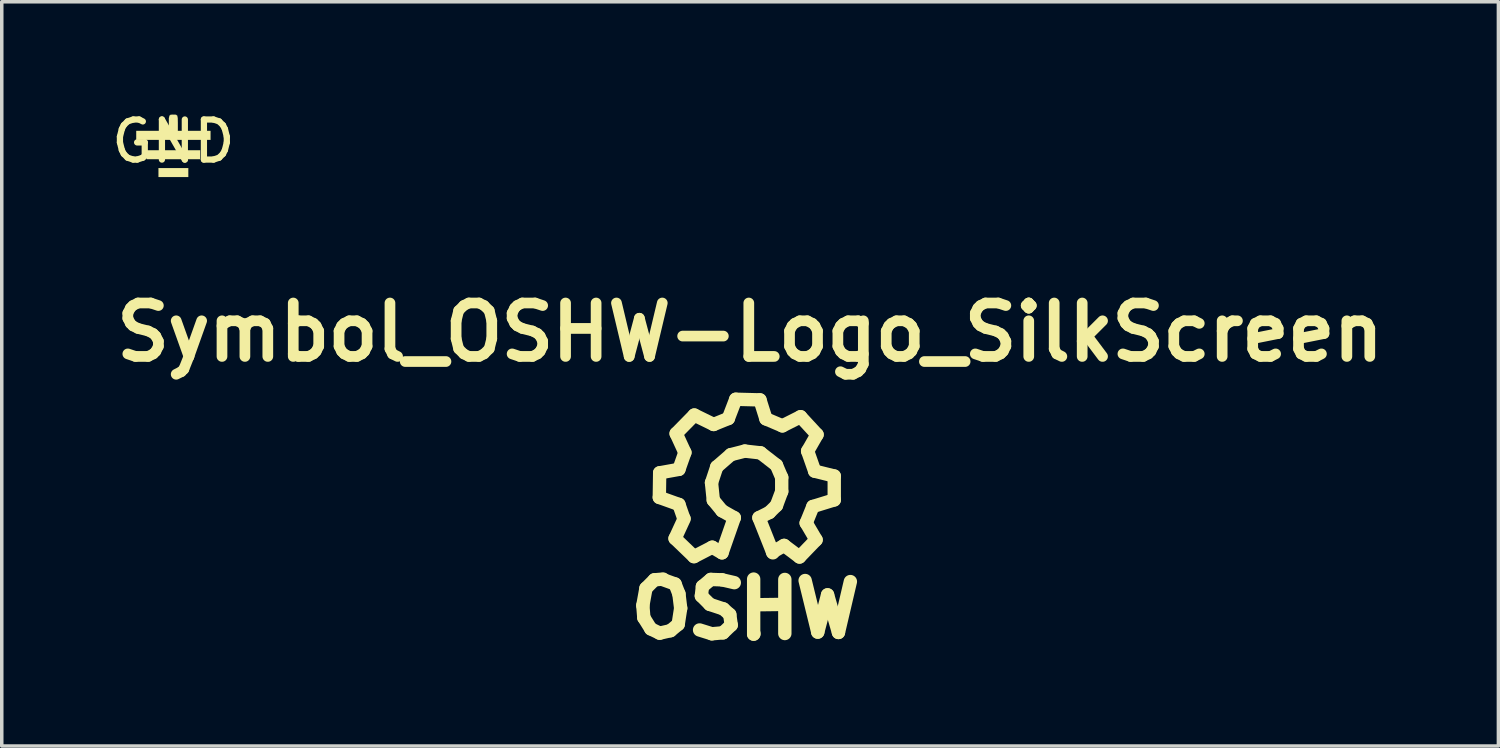
<source format=kicad_pcb>
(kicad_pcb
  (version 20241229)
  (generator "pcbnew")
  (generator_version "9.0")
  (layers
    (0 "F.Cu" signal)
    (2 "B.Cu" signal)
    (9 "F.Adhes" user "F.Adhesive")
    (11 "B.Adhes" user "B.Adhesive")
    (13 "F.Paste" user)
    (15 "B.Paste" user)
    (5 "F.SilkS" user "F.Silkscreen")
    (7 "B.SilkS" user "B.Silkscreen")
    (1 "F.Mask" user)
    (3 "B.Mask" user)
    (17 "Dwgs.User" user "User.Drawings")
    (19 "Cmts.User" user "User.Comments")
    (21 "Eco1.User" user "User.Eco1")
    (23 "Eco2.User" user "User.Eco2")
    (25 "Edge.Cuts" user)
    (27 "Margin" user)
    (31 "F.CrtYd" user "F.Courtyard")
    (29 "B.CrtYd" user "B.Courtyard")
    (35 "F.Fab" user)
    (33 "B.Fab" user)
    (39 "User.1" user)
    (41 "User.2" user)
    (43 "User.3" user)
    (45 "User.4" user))
  (footprint "GND"
    (layer "F.Cu")
    (at 1.894 0.981)
    (property "Reference" "GND" (at 0 0 0) (layer "F.SilkS") (effects (font (size 1.143 1.143) (thickness 0.178))))
    (attr through_hole)
    (fp_poly (pts (xy 0.424 1.016) (xy 0 1.016) (xy -0.424 1.016) (xy -0.424 0.889) (xy -0.424 0.762) (xy 0 0.762) (xy 0.424 0.762) (xy 0.424 0.889) (xy 0.424 1.016)) (stroke (width 0.003) (type solid)) (fill yes) (layer "F.SilkS"))
    (fp_poly (pts (xy 0.762 0.508) (xy 0 0.508) (xy -0.762 0.508) (xy -0.762 0.381) (xy -0.762 0.254) (xy 0 0.254) (xy 0.762 0.254) (xy 0.762 0.381) (xy 0.762 0.508)) (stroke (width 0.003) (type solid)) (fill yes) (layer "F.SilkS"))
    (fp_poly (pts (xy 1.059 -0.043) (xy 0 -0.043) (xy -1.059 -0.043) (xy -1.059 -0.17) (xy -1.059 -0.297) (xy -0.594 -0.297) (xy -0.127 -0.297) (xy -0.127 -0.531) (xy -0.127 -0.663) (xy -0.112 -0.732) (xy -0.076 -0.759) (xy -0.003 -0.762) (xy 0 -0.762) (xy 0.074 -0.759) (xy 0.109 -0.734) (xy 0.124 -0.665) (xy 0.127 -0.533) (xy 0.127 -0.531) (xy 0.127 -0.297) (xy 0.592 -0.297) (xy 1.059 -0.297) (xy 1.059 -0.17) (xy 1.059 -0.043)) (stroke (width 0.003) (type solid)) (fill yes) (layer "F.SilkS")))
  (footprint "Symbol_OSHW-Logo_SilkScreen"
    (layer "F.Cu")
    (at 18.24 10.814)
    (property "Reference" "Symbol_OSHW-Logo_SilkScreen" (at 0.099 -4.389 0) (layer "F.SilkS") (effects (font (size 1.524 1.524) (thickness 0.305))))
    (attr through_hole)
    (fp_line (start -2.959 3.401) (end -2.931 3.749) (stroke (width 0.381) (type solid)) (layer "F.SilkS"))
    (fp_line (start -2.931 3.749) (end -2.731 4.069) (stroke (width 0.381) (type solid)) (layer "F.SilkS"))
    (fp_line (start -2.87 2.911) (end -2.959 3.401) (stroke (width 0.381) (type solid)) (layer "F.SilkS"))
    (fp_line (start -2.731 4.069) (end -2.479 4.191) (stroke (width 0.381) (type solid)) (layer "F.SilkS"))
    (fp_line (start -2.629 2.67) (end -2.87 2.911) (stroke (width 0.381) (type solid)) (layer "F.SilkS"))
    (fp_line (start -2.489 0.32) (end -1.93 0.521) (stroke (width 0.381) (type solid)) (layer "F.SilkS"))
    (fp_line (start -2.479 -0.381) (end -2.489 0.32) (stroke (width 0.381) (type solid)) (layer "F.SilkS"))
    (fp_line (start -2.479 4.191) (end -2.169 4.12) (stroke (width 0.381) (type solid)) (layer "F.SilkS"))
    (fp_line (start -2.38 2.649) (end -2.629 2.67) (stroke (width 0.381) (type solid)) (layer "F.SilkS"))
    (fp_line (start -2.169 4.12) (end -1.951 3.94) (stroke (width 0.381) (type solid)) (layer "F.SilkS"))
    (fp_line (start -2.04 1.491) (end -1.501 2.009) (stroke (width 0.381) (type solid)) (layer "F.SilkS"))
    (fp_line (start -2.04 2.789) (end -2.4 2.659) (stroke (width 0.381) (type solid)) (layer "F.SilkS"))
    (fp_line (start -2.009 -1.501) (end -1.76 -0.96) (stroke (width 0.381) (type solid)) (layer "F.SilkS"))
    (fp_line (start -1.951 3.94) (end -1.88 3.48) (stroke (width 0.381) (type solid)) (layer "F.SilkS"))
    (fp_line (start -1.93 -0.48) (end -2.479 -0.381) (stroke (width 0.381) (type solid)) (layer "F.SilkS"))
    (fp_line (start -1.93 0.521) (end -1.791 0.919) (stroke (width 0.381) (type solid)) (layer "F.SilkS"))
    (fp_line (start -1.93 3.071) (end -2.04 2.789) (stroke (width 0.381) (type solid)) (layer "F.SilkS"))
    (fp_line (start -1.88 3.48) (end -1.93 3.071) (stroke (width 0.381) (type solid)) (layer "F.SilkS"))
    (fp_line (start -1.781 0.93) (end -2.04 1.491) (stroke (width 0.381) (type solid)) (layer "F.SilkS"))
    (fp_line (start -1.76 -0.96) (end -1.93 -0.48) (stroke (width 0.381) (type solid)) (layer "F.SilkS"))
    (fp_line (start -1.501 2.009) (end -0.98 1.74) (stroke (width 0.381) (type solid)) (layer "F.SilkS"))
    (fp_line (start -1.491 -2.029) (end -2.009 -1.501) (stroke (width 0.381) (type solid)) (layer "F.SilkS"))
    (fp_line (start -1.29 3.129) (end -1.049 3.371) (stroke (width 0.381) (type solid)) (layer "F.SilkS"))
    (fp_line (start -1.26 2.86) (end -1.29 3.129) (stroke (width 0.381) (type solid)) (layer "F.SilkS"))
    (fp_line (start -1.049 3.371) (end -0.66 3.5) (stroke (width 0.381) (type solid)) (layer "F.SilkS"))
    (fp_line (start -1.021 2.659) (end -1.26 2.86) (stroke (width 0.381) (type solid)) (layer "F.SilkS"))
    (fp_line (start -1.001 -0.099) (end -0.95 0.399) (stroke (width 0.381) (type solid)) (layer "F.SilkS"))
    (fp_line (start -0.991 4.209) (end -1.341 4.1) (stroke (width 0.381) (type solid)) (layer "F.SilkS"))
    (fp_line (start -0.98 1.74) (end -0.701 1.9) (stroke (width 0.381) (type solid)) (layer "F.SilkS"))
    (fp_line (start -0.95 0.399) (end -0.701 0.701) (stroke (width 0.381) (type solid)) (layer "F.SilkS"))
    (fp_line (start -0.94 -1.76) (end -1.491 -2.029) (stroke (width 0.381) (type solid)) (layer "F.SilkS"))
    (fp_line (start -0.851 -0.551) (end -1.001 -0.099) (stroke (width 0.381) (type solid)) (layer "F.SilkS"))
    (fp_line (start -0.701 0.701) (end -0.351 0.899) (stroke (width 0.381) (type solid)) (layer "F.SilkS"))
    (fp_line (start -0.701 2.67) (end -1.021 2.659) (stroke (width 0.381) (type solid)) (layer "F.SilkS"))
    (fp_line (start -0.671 4.181) (end -0.991 4.209) (stroke (width 0.381) (type solid)) (layer "F.SilkS"))
    (fp_line (start -0.66 3.5) (end -0.48 3.66) (stroke (width 0.381) (type solid)) (layer "F.SilkS"))
    (fp_line (start -0.521 -1.93) (end -0.94 -1.76) (stroke (width 0.381) (type solid)) (layer "F.SilkS"))
    (fp_line (start -0.48 3.66) (end -0.439 3.96) (stroke (width 0.381) (type solid)) (layer "F.SilkS"))
    (fp_line (start -0.45 -0.899) (end -0.851 -0.551) (stroke (width 0.381) (type solid)) (layer "F.SilkS"))
    (fp_line (start -0.439 3.96) (end -0.671 4.181) (stroke (width 0.381) (type solid)) (layer "F.SilkS"))
    (fp_line (start -0.351 0.899) (end -0.701 1.9) (stroke (width 0.381) (type solid)) (layer "F.SilkS"))
    (fp_line (start -0.351 2.751) (end -0.701 2.67) (stroke (width 0.381) (type solid)) (layer "F.SilkS"))
    (fp_line (start -0.31 -2.479) (end -0.521 -1.93) (stroke (width 0.381) (type solid)) (layer "F.SilkS"))
    (fp_line (start -0.051 -1.001) (end -0.45 -0.899) (stroke (width 0.381) (type solid)) (layer "F.SilkS"))
    (fp_line (start 0.201 2.649) (end 0.201 4.219) (stroke (width 0.381) (type solid)) (layer "F.SilkS"))
    (fp_line (start 0.201 4.219) (end 0.211 4.209) (stroke (width 0.381) (type solid)) (layer "F.SilkS"))
    (fp_line (start 0.249 3.381) (end 1.039 3.371) (stroke (width 0.381) (type solid)) (layer "F.SilkS"))
    (fp_line (start 0.351 0.899) (end 0.65 0.749) (stroke (width 0.381) (type solid)) (layer "F.SilkS"))
    (fp_line (start 0.351 0.899) (end 0.749 1.9) (stroke (width 0.381) (type solid)) (layer "F.SilkS"))
    (fp_line (start 0.381 -2.461) (end -0.31 -2.479) (stroke (width 0.381) (type solid)) (layer "F.SilkS"))
    (fp_line (start 0.399 -0.95) (end -0.051 -1.001) (stroke (width 0.381) (type solid)) (layer "F.SilkS"))
    (fp_line (start 0.551 -1.92) (end 0.381 -2.461) (stroke (width 0.381) (type solid)) (layer "F.SilkS"))
    (fp_line (start 0.65 0.749) (end 0.851 0.551) (stroke (width 0.381) (type solid)) (layer "F.SilkS"))
    (fp_line (start 0.739 1.88) (end 1.069 1.689) (stroke (width 0.381) (type solid)) (layer "F.SilkS"))
    (fp_line (start 0.851 -0.599) (end 0.399 -0.95) (stroke (width 0.381) (type solid)) (layer "F.SilkS"))
    (fp_line (start 0.851 0.551) (end 1.001 0.15) (stroke (width 0.381) (type solid)) (layer "F.SilkS"))
    (fp_line (start 1.001 -0.249) (end 0.851 -0.599) (stroke (width 0.381) (type solid)) (layer "F.SilkS"))
    (fp_line (start 1.001 0.15) (end 1.001 -0.249) (stroke (width 0.381) (type solid)) (layer "F.SilkS"))
    (fp_line (start 1.021 -1.72) (end 0.551 -1.92) (stroke (width 0.381) (type solid)) (layer "F.SilkS"))
    (fp_line (start 1.039 3.371) (end 1.049 3.381) (stroke (width 0.381) (type solid)) (layer "F.SilkS"))
    (fp_line (start 1.049 3.381) (end 1.049 3.371) (stroke (width 0.381) (type solid)) (layer "F.SilkS"))
    (fp_line (start 1.069 1.689) (end 1.509 2.019) (stroke (width 0.381) (type solid)) (layer "F.SilkS"))
    (fp_line (start 1.09 2.659) (end 1.09 4.201) (stroke (width 0.381) (type solid)) (layer "F.SilkS"))
    (fp_line (start 1.509 2.019) (end 1.981 1.529) (stroke (width 0.381) (type solid)) (layer "F.SilkS"))
    (fp_line (start 1.539 -1.981) (end 1.021 -1.72) (stroke (width 0.381) (type solid)) (layer "F.SilkS"))
    (fp_line (start 1.669 2.69) (end 2.029 4.161) (stroke (width 0.381) (type solid)) (layer "F.SilkS"))
    (fp_line (start 1.699 1.049) (end 1.89 0.579) (stroke (width 0.381) (type solid)) (layer "F.SilkS"))
    (fp_line (start 1.74 -1.001) (end 2.009 -1.471) (stroke (width 0.381) (type solid)) (layer "F.SilkS"))
    (fp_line (start 1.89 0.579) (end 2.499 0.391) (stroke (width 0.381) (type solid)) (layer "F.SilkS"))
    (fp_line (start 1.941 -0.429) (end 1.74 -1.001) (stroke (width 0.381) (type solid)) (layer "F.SilkS"))
    (fp_line (start 1.981 1.529) (end 1.699 1.049) (stroke (width 0.381) (type solid)) (layer "F.SilkS"))
    (fp_line (start 2.009 -1.471) (end 1.539 -1.981) (stroke (width 0.381) (type solid)) (layer "F.SilkS"))
    (fp_line (start 2.029 4.161) (end 2.309 3.099) (stroke (width 0.381) (type solid)) (layer "F.SilkS"))
    (fp_line (start 2.309 3.099) (end 2.619 4.171) (stroke (width 0.381) (type solid)) (layer "F.SilkS"))
    (fp_line (start 2.499 -0.29) (end 1.941 -0.429) (stroke (width 0.381) (type solid)) (layer "F.SilkS"))
    (fp_line (start 2.499 0.391) (end 2.499 -0.29) (stroke (width 0.381) (type solid)) (layer "F.SilkS"))
    (fp_line (start 2.619 4.171) (end 2.959 2.72) (stroke (width 0.381) (type solid)) (layer "F.SilkS")))
  (gr_rect
    (start -3 -3)
    (end 39.678 18.223)
    (stroke (width 0.1) (type default))
    (fill no)
    (layer "Edge.Cuts")))
</source>
